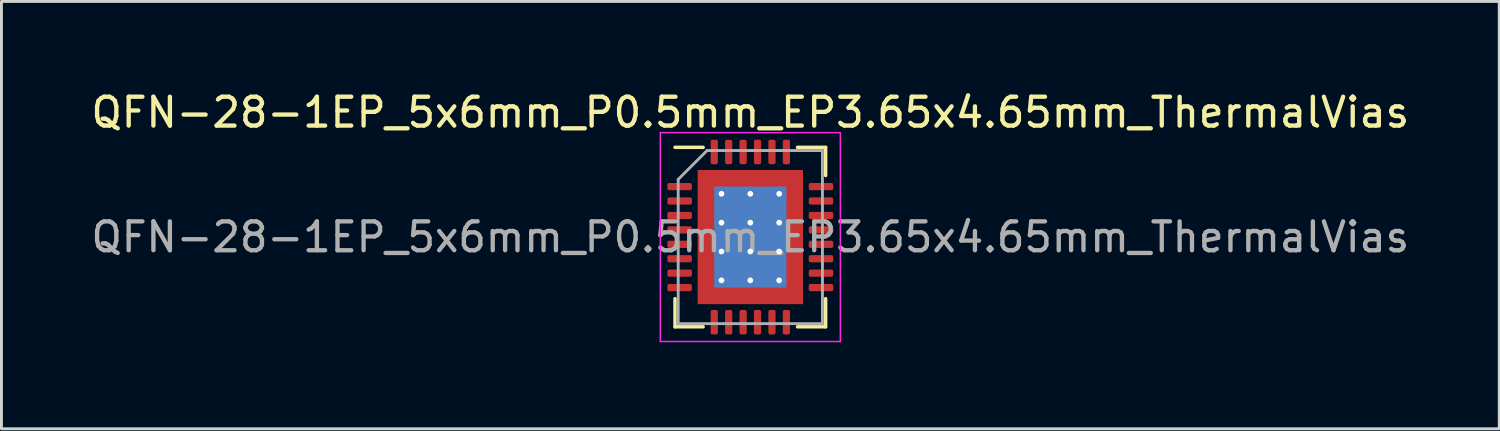
<source format=kicad_pcb>
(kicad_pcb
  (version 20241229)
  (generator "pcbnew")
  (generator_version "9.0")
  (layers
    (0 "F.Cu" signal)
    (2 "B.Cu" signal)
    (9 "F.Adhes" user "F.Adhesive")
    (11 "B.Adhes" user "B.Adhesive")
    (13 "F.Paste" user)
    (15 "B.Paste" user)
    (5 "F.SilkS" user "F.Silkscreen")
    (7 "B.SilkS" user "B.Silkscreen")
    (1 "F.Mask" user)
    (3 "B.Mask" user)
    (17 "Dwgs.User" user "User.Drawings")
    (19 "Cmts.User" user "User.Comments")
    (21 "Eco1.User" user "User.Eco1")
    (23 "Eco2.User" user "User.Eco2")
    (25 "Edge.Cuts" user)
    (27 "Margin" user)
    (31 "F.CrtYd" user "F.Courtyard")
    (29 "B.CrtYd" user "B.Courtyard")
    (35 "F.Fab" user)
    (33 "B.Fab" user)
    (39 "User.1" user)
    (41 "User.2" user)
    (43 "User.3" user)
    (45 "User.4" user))
  (footprint "QFN-28-1EP_5x6mm_P0.5mm_EP3.65x4.65mm_ThermalVias"
    (layer "F.Cu")
    (at 22.958 5.168)
    (property "Reference" "QFN-28-1EP_5x6mm_P0.5mm_EP3.65x4.65mm_ThermalVias" (at 0 -4.32 0) (layer "F.SilkS") (effects (font (size 1 1) (thickness 0.15))))
    (attr smd)
    (fp_line (start -2.61 3.11) (end -2.61 2.135) (stroke (width 0.12) (type solid)) (layer "F.SilkS"))
    (fp_line (start -1.635 -3.11) (end -2.61 -3.11) (stroke (width 0.12) (type solid)) (layer "F.SilkS"))
    (fp_line (start -1.635 3.11) (end -2.61 3.11) (stroke (width 0.12) (type solid)) (layer "F.SilkS"))
    (fp_line (start 1.635 -3.11) (end 2.61 -3.11) (stroke (width 0.12) (type solid)) (layer "F.SilkS"))
    (fp_line (start 1.635 3.11) (end 2.61 3.11) (stroke (width 0.12) (type solid)) (layer "F.SilkS"))
    (fp_line (start 2.61 -3.11) (end 2.61 -2.135) (stroke (width 0.12) (type solid)) (layer "F.SilkS"))
    (fp_line (start 2.61 3.11) (end 2.61 2.135) (stroke (width 0.12) (type solid)) (layer "F.SilkS"))
    (fp_line (start -3.12 -3.62) (end -3.12 3.62) (stroke (width 0.05) (type solid)) (layer "F.CrtYd"))
    (fp_line (start -3.12 3.62) (end 3.12 3.62) (stroke (width 0.05) (type solid)) (layer "F.CrtYd"))
    (fp_line (start 3.12 -3.62) (end -3.12 -3.62) (stroke (width 0.05) (type solid)) (layer "F.CrtYd"))
    (fp_line (start 3.12 3.62) (end 3.12 -3.62) (stroke (width 0.05) (type solid)) (layer "F.CrtYd"))
    (fp_line (start -2.5 -2) (end -1.5 -3) (stroke (width 0.1) (type solid)) (layer "F.Fab"))
    (fp_line (start -2.5 3) (end -2.5 -2) (stroke (width 0.1) (type solid)) (layer "F.Fab"))
    (fp_line (start -1.5 -3) (end 2.5 -3) (stroke (width 0.1) (type solid)) (layer "F.Fab"))
    (fp_line (start 2.5 -3) (end 2.5 3) (stroke (width 0.1) (type solid)) (layer "F.Fab"))
    (fp_line (start 2.5 3) (end -2.5 3) (stroke (width 0.1) (type solid)) (layer "F.Fab"))
    (fp_text user "${REFERENCE}" (at 0 0 0) (layer "F.Fab") (effects (font (size 1 1) (thickness 0.15))))
    (pad "" smd custom (at -1.413 -1.913) (size 0.578 0.578) (layers "F.Paste") (options (anchor circle)) (primitives (gr_poly (pts (xy -0.246 -0.246) (xy 0.246 -0.246) (xy 0.246 0.174) (xy 0.174 0.246) (xy -0.246 0.246)) (width 0.174) (fill yes))))
    (pad "" smd custom (at -1.413 -1) (size 0.59 0.59) (layers "F.Paste") (options (anchor circle)) (primitives (gr_poly (pts (xy -0.258 -0.328) (xy 0.195 -0.328) (xy 0.258 -0.266) (xy 0.258 0.266) (xy 0.195 0.328) (xy -0.258 0.328)) (width 0.15) (fill yes))))
    (pad "" smd custom (at -1.413 0) (size 0.59 0.59) (layers "F.Paste") (options (anchor circle)) (primitives (gr_poly (pts (xy -0.258 -0.328) (xy 0.195 -0.328) (xy 0.258 -0.266) (xy 0.258 0.266) (xy 0.195 0.328) (xy -0.258 0.328)) (width 0.15) (fill yes))))
    (pad "" smd custom (at -1.413 1) (size 0.59 0.59) (layers "F.Paste") (options (anchor circle)) (primitives (gr_poly (pts (xy -0.258 -0.328) (xy 0.195 -0.328) (xy 0.258 -0.266) (xy 0.258 0.266) (xy 0.195 0.328) (xy -0.258 0.328)) (width 0.15) (fill yes))))
    (pad "" smd custom (at -1.413 1.913) (size 0.578 0.578) (layers "F.Paste") (options (anchor circle)) (primitives (gr_poly (pts (xy -0.246 -0.246) (xy 0.174 -0.246) (xy 0.246 -0.174) (xy 0.246 0.246) (xy -0.246 0.246)) (width 0.174) (fill yes))))
    (pad "" smd custom (at -0.5 -1.913) (size 0.59 0.59) (layers "F.Paste") (options (anchor circle)) (primitives (gr_poly (pts (xy -0.328 -0.258) (xy 0.328 -0.258) (xy 0.328 0.195) (xy 0.266 0.258) (xy -0.266 0.258) (xy -0.328 0.195)) (width 0.15) (fill yes))))
    (pad "" smd roundrect (at -0.5 -1) (size 0.806 0.806) (layers "F.Paste") (roundrect_rratio 0.25))
    (pad "" smd roundrect (at -0.5 0) (size 0.806 0.806) (layers "F.Paste") (roundrect_rratio 0.25))
    (pad "" smd roundrect (at -0.5 1) (size 0.806 0.806) (layers "F.Paste") (roundrect_rratio 0.25))
    (pad "" smd custom (at -0.5 1.913) (size 0.59 0.59) (layers "F.Paste") (options (anchor circle)) (primitives (gr_poly (pts (xy -0.328 -0.195) (xy -0.266 -0.258) (xy 0.266 -0.258) (xy 0.328 -0.195) (xy 0.328 0.258) (xy -0.328 0.258)) (width 0.15) (fill yes))))
    (pad "" smd custom (at 0.5 -1.913) (size 0.59 0.59) (layers "F.Paste") (options (anchor circle)) (primitives (gr_poly (pts (xy -0.328 -0.258) (xy 0.328 -0.258) (xy 0.328 0.195) (xy 0.266 0.258) (xy -0.266 0.258) (xy -0.328 0.195)) (width 0.15) (fill yes))))
    (pad "" smd roundrect (at 0.5 -1) (size 0.806 0.806) (layers "F.Paste") (roundrect_rratio 0.25))
    (pad "" smd roundrect (at 0.5 0) (size 0.806 0.806) (layers "F.Paste") (roundrect_rratio 0.25))
    (pad "" smd roundrect (at 0.5 1) (size 0.806 0.806) (layers "F.Paste") (roundrect_rratio 0.25))
    (pad "" smd custom (at 0.5 1.913) (size 0.59 0.59) (layers "F.Paste") (options (anchor circle)) (primitives (gr_poly (pts (xy -0.328 -0.195) (xy -0.266 -0.258) (xy 0.266 -0.258) (xy 0.328 -0.195) (xy 0.328 0.258) (xy -0.328 0.258)) (width 0.15) (fill yes))))
    (pad "" smd custom (at 1.413 -1.913) (size 0.578 0.578) (layers "F.Paste") (options (anchor circle)) (primitives (gr_poly (pts (xy -0.246 -0.246) (xy 0.246 -0.246) (xy 0.246 0.246) (xy -0.174 0.246) (xy -0.246 0.174)) (width 0.174) (fill yes))))
    (pad "" smd custom (at 1.413 -1) (size 0.59 0.59) (layers "F.Paste") (options (anchor circle)) (primitives (gr_poly (pts (xy -0.258 -0.266) (xy -0.195 -0.328) (xy 0.258 -0.328) (xy 0.258 0.328) (xy -0.195 0.328) (xy -0.258 0.266)) (width 0.15) (fill yes))))
    (pad "" smd custom (at 1.413 0) (size 0.59 0.59) (layers "F.Paste") (options (anchor circle)) (primitives (gr_poly (pts (xy -0.258 -0.266) (xy -0.195 -0.328) (xy 0.258 -0.328) (xy 0.258 0.328) (xy -0.195 0.328) (xy -0.258 0.266)) (width 0.15) (fill yes))))
    (pad "" smd custom (at 1.413 1) (size 0.59 0.59) (layers "F.Paste") (options (anchor circle)) (primitives (gr_poly (pts (xy -0.258 -0.266) (xy -0.195 -0.328) (xy 0.258 -0.328) (xy 0.258 0.328) (xy -0.195 0.328) (xy -0.258 0.266)) (width 0.15) (fill yes))))
    (pad "" smd custom (at 1.413 1.913) (size 0.578 0.578) (layers "F.Paste") (options (anchor circle)) (primitives (gr_poly (pts (xy -0.246 -0.174) (xy -0.174 -0.246) (xy 0.246 -0.246) (xy 0.246 0.246) (xy -0.246 0.246)) (width 0.174) (fill yes))))
    (pad "1" smd roundrect (at -2.45 -1.75) (size 0.85 0.25) (layers "F.Cu" "F.Mask" "F.Paste") (roundrect_rratio 0.25))
    (pad "2" smd roundrect (at -2.45 -1.25) (size 0.85 0.25) (layers "F.Cu" "F.Mask" "F.Paste") (roundrect_rratio 0.25))
    (pad "3" smd roundrect (at -2.45 -0.75) (size 0.85 0.25) (layers "F.Cu" "F.Mask" "F.Paste") (roundrect_rratio 0.25))
    (pad "4" smd roundrect (at -2.45 -0.25) (size 0.85 0.25) (layers "F.Cu" "F.Mask" "F.Paste") (roundrect_rratio 0.25))
    (pad "5" smd roundrect (at -2.45 0.25) (size 0.85 0.25) (layers "F.Cu" "F.Mask" "F.Paste") (roundrect_rratio 0.25))
    (pad "6" smd roundrect (at -2.45 0.75) (size 0.85 0.25) (layers "F.Cu" "F.Mask" "F.Paste") (roundrect_rratio 0.25))
    (pad "7" smd roundrect (at -2.45 1.25) (size 0.85 0.25) (layers "F.Cu" "F.Mask" "F.Paste") (roundrect_rratio 0.25))
    (pad "8" smd roundrect (at -2.45 1.75) (size 0.85 0.25) (layers "F.Cu" "F.Mask" "F.Paste") (roundrect_rratio 0.25))
    (pad "9" smd roundrect (at -1.25 2.95) (size 0.25 0.85) (layers "F.Cu" "F.Mask" "F.Paste") (roundrect_rratio 0.25))
    (pad "10" smd roundrect (at -0.75 2.95) (size 0.25 0.85) (layers "F.Cu" "F.Mask" "F.Paste") (roundrect_rratio 0.25))
    (pad "11" smd roundrect (at -0.25 2.95) (size 0.25 0.85) (layers "F.Cu" "F.Mask" "F.Paste") (roundrect_rratio 0.25))
    (pad "12" smd roundrect (at 0.25 2.95) (size 0.25 0.85) (layers "F.Cu" "F.Mask" "F.Paste") (roundrect_rratio 0.25))
    (pad "13" smd roundrect (at 0.75 2.95) (size 0.25 0.85) (layers "F.Cu" "F.Mask" "F.Paste") (roundrect_rratio 0.25))
    (pad "14" smd roundrect (at 1.25 2.95) (size 0.25 0.85) (layers "F.Cu" "F.Mask" "F.Paste") (roundrect_rratio 0.25))
    (pad "15" smd roundrect (at 2.45 1.75) (size 0.85 0.25) (layers "F.Cu" "F.Mask" "F.Paste") (roundrect_rratio 0.25))
    (pad "16" smd roundrect (at 2.45 1.25) (size 0.85 0.25) (layers "F.Cu" "F.Mask" "F.Paste") (roundrect_rratio 0.25))
    (pad "17" smd roundrect (at 2.45 0.75) (size 0.85 0.25) (layers "F.Cu" "F.Mask" "F.Paste") (roundrect_rratio 0.25))
    (pad "18" smd roundrect (at 2.45 0.25) (size 0.85 0.25) (layers "F.Cu" "F.Mask" "F.Paste") (roundrect_rratio 0.25))
    (pad "19" smd roundrect (at 2.45 -0.25) (size 0.85 0.25) (layers "F.Cu" "F.Mask" "F.Paste") (roundrect_rratio 0.25))
    (pad "20" smd roundrect (at 2.45 -0.75) (size 0.85 0.25) (layers "F.Cu" "F.Mask" "F.Paste") (roundrect_rratio 0.25))
    (pad "21" smd roundrect (at 2.45 -1.25) (size 0.85 0.25) (layers "F.Cu" "F.Mask" "F.Paste") (roundrect_rratio 0.25))
    (pad "22" smd roundrect (at 2.45 -1.75) (size 0.85 0.25) (layers "F.Cu" "F.Mask" "F.Paste") (roundrect_rratio 0.25))
    (pad "23" smd roundrect (at 1.25 -2.95) (size 0.25 0.85) (layers "F.Cu" "F.Mask" "F.Paste") (roundrect_rratio 0.25))
    (pad "24" smd roundrect (at 0.75 -2.95) (size 0.25 0.85) (layers "F.Cu" "F.Mask" "F.Paste") (roundrect_rratio 0.25))
    (pad "25" smd roundrect (at 0.25 -2.95) (size 0.25 0.85) (layers "F.Cu" "F.Mask" "F.Paste") (roundrect_rratio 0.25))
    (pad "26" smd roundrect (at -0.25 -2.95) (size 0.25 0.85) (layers "F.Cu" "F.Mask" "F.Paste") (roundrect_rratio 0.25))
    (pad "27" smd roundrect (at -0.75 -2.95) (size 0.25 0.85) (layers "F.Cu" "F.Mask" "F.Paste") (roundrect_rratio 0.25))
    (pad "28" smd roundrect (at -1.25 -2.95) (size 0.25 0.85) (layers "F.Cu" "F.Mask" "F.Paste") (roundrect_rratio 0.25))
    (pad "29" thru_hole circle (at -1 -1.5) (size 0.5 0.5) (drill 0.2) (layers "*.Cu"))
    (pad "29" thru_hole circle (at -1 -0.5) (size 0.5 0.5) (drill 0.2) (layers "*.Cu"))
    (pad "29" thru_hole circle (at -1 0.5) (size 0.5 0.5) (drill 0.2) (layers "*.Cu"))
    (pad "29" thru_hole circle (at -1 1.5) (size 0.5 0.5) (drill 0.2) (layers "*.Cu"))
    (pad "29" thru_hole circle (at 0 -1.5) (size 0.5 0.5) (drill 0.2) (layers "*.Cu"))
    (pad "29" thru_hole circle (at 0 -0.5) (size 0.5 0.5) (drill 0.2) (layers "*.Cu"))
    (pad "29" smd rect (at 0 0) (size 2.5 3.5) (layers "B.Cu"))
    (pad "29" smd rect (at 0 0) (size 3.65 4.65) (layers "F.Cu" "F.Mask"))
    (pad "29" thru_hole circle (at 0 0.5) (size 0.5 0.5) (drill 0.2) (layers "*.Cu"))
    (pad "29" thru_hole circle (at 0 1.5) (size 0.5 0.5) (drill 0.2) (layers "*.Cu"))
    (pad "29" thru_hole circle (at 1 -1.5) (size 0.5 0.5) (drill 0.2) (layers "*.Cu"))
    (pad "29" thru_hole circle (at 1 -0.5) (size 0.5 0.5) (drill 0.2) (layers "*.Cu"))
    (pad "29" thru_hole circle (at 1 0.5) (size 0.5 0.5) (drill 0.2) (layers "*.Cu"))
    (pad "29" thru_hole circle (at 1 1.5) (size 0.5 0.5) (drill 0.2) (layers "*.Cu")))
  (gr_rect
    (start -3 -3)
    (end 48.917 11.813)
    (stroke (width 0.1) (type default))
    (fill no)
    (layer "Edge.Cuts")))
</source>
